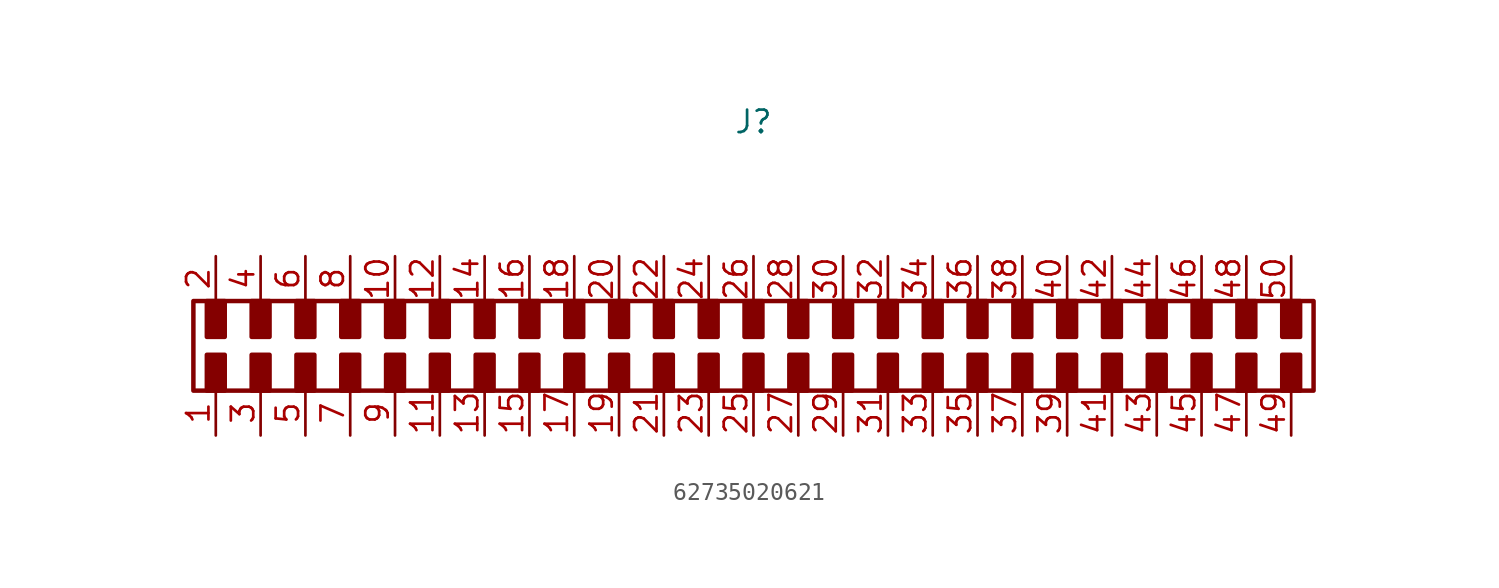
<source format=kicad_sym>
(kicad_symbol_lib
  (version 20241209)
  (generator "kicad_symbol_editor")
  (generator_version "9.0")
  (symbol "62735020621"
    (pin_names
      (hide yes))
    (property "Reference" "J"
      (at 0 12.7 0)
      (effects (font (size 1.27 1.27))))
    (symbol "62735020621_1_1"
      (rectangle (start -31.75 2.54) (end 31.75 -2.54) (stroke (width 0.254) (type solid)) (fill (type none)))
      (rectangle (start -30.988 2.54) (end -29.972 0.508) (stroke (width 0.254) (type solid)) (fill (type outline)))
      (rectangle (start -30.988 -0.508) (end -29.972 -2.54) (stroke (width 0.254) (type solid)) (fill (type outline)))
      (rectangle (start -28.448 2.54) (end -27.432 0.508) (stroke (width 0.254) (type solid)) (fill (type outline)))
      (rectangle (start -28.448 -0.508) (end -27.432 -2.54) (stroke (width 0.254) (type solid)) (fill (type outline)))
      (rectangle (start -25.908 2.54) (end -24.892 0.508) (stroke (width 0.254) (type solid)) (fill (type outline)))
      (rectangle (start -25.908 -0.508) (end -24.892 -2.54) (stroke (width 0.254) (type solid)) (fill (type outline)))
      (rectangle (start -23.368 2.54) (end -22.352 0.508) (stroke (width 0.254) (type solid)) (fill (type outline)))
      (rectangle (start -23.368 -0.508) (end -22.352 -2.54) (stroke (width 0.254) (type solid)) (fill (type outline)))
      (rectangle (start -20.828 2.54) (end -19.812 0.508) (stroke (width 0.254) (type solid)) (fill (type outline)))
      (rectangle (start -20.828 -0.508) (end -19.812 -2.54) (stroke (width 0.254) (type solid)) (fill (type outline)))
      (rectangle (start -18.288 2.54) (end -17.272 0.508) (stroke (width 0.254) (type solid)) (fill (type outline)))
      (rectangle (start -18.288 -0.508) (end -17.272 -2.54) (stroke (width 0.254) (type solid)) (fill (type outline)))
      (rectangle (start -15.748 2.54) (end -14.732 0.508) (stroke (width 0.254) (type solid)) (fill (type outline)))
      (rectangle (start -15.748 -0.508) (end -14.732 -2.54) (stroke (width 0.254) (type solid)) (fill (type outline)))
      (rectangle (start -13.208 2.54) (end -12.192 0.508) (stroke (width 0.254) (type solid)) (fill (type outline)))
      (rectangle (start -13.208 -0.508) (end -12.192 -2.54) (stroke (width 0.254) (type solid)) (fill (type outline)))
      (rectangle (start -10.668 2.54) (end -9.652 0.508) (stroke (width 0.254) (type solid)) (fill (type outline)))
      (rectangle (start -10.668 -0.508) (end -9.652 -2.54) (stroke (width 0.254) (type solid)) (fill (type outline)))
      (rectangle (start -8.128 2.54) (end -7.112 0.508) (stroke (width 0.254) (type solid)) (fill (type outline)))
      (rectangle (start -8.128 -0.508) (end -7.112 -2.54) (stroke (width 0.254) (type solid)) (fill (type outline)))
      (rectangle (start -5.588 2.54) (end -4.572 0.508) (stroke (width 0.254) (type solid)) (fill (type outline)))
      (rectangle (start -5.588 -0.508) (end -4.572 -2.54) (stroke (width 0.254) (type solid)) (fill (type outline)))
      (rectangle (start -3.048 2.54) (end -2.032 0.508) (stroke (width 0.254) (type solid)) (fill (type outline)))
      (rectangle (start -3.048 -0.508) (end -2.032 -2.54) (stroke (width 0.254) (type solid)) (fill (type outline)))
      (rectangle (start -0.508 2.54) (end 0.508 0.508) (stroke (width 0.254) (type solid)) (fill (type outline)))
      (rectangle (start -0.508 -0.508) (end 0.508 -2.54) (stroke (width 0.254) (type solid)) (fill (type outline)))
      (rectangle (start 2.032 2.54) (end 3.048 0.508) (stroke (width 0.254) (type solid)) (fill (type outline)))
      (rectangle (start 2.032 -0.508) (end 3.048 -2.54) (stroke (width 0.254) (type solid)) (fill (type outline)))
      (rectangle (start 4.572 2.54) (end 5.588 0.508) (stroke (width 0.254) (type solid)) (fill (type outline)))
      (rectangle (start 4.572 -0.508) (end 5.588 -2.54) (stroke (width 0.254) (type solid)) (fill (type outline)))
      (rectangle (start 7.112 2.54) (end 8.128 0.508) (stroke (width 0.254) (type solid)) (fill (type outline)))
      (rectangle (start 7.112 -0.508) (end 8.128 -2.54) (stroke (width 0.254) (type solid)) (fill (type outline)))
      (rectangle (start 9.652 2.54) (end 10.668 0.508) (stroke (width 0.254) (type solid)) (fill (type outline)))
      (rectangle (start 9.652 -0.508) (end 10.668 -2.54) (stroke (width 0.254) (type solid)) (fill (type outline)))
      (rectangle (start 12.192 2.54) (end 13.208 0.508) (stroke (width 0.254) (type solid)) (fill (type outline)))
      (rectangle (start 12.192 -0.508) (end 13.208 -2.54) (stroke (width 0.254) (type solid)) (fill (type outline)))
      (rectangle (start 14.732 2.54) (end 15.748 0.508) (stroke (width 0.254) (type solid)) (fill (type outline)))
      (rectangle (start 14.732 -0.508) (end 15.748 -2.54) (stroke (width 0.254) (type solid)) (fill (type outline)))
      (rectangle (start 17.272 2.54) (end 18.288 0.508) (stroke (width 0.254) (type solid)) (fill (type outline)))
      (rectangle (start 17.272 -0.508) (end 18.288 -2.54) (stroke (width 0.254) (type solid)) (fill (type outline)))
      (rectangle (start 19.812 2.54) (end 20.828 0.508) (stroke (width 0.254) (type solid)) (fill (type outline)))
      (rectangle (start 19.812 -0.508) (end 20.828 -2.54) (stroke (width 0.254) (type solid)) (fill (type outline)))
      (rectangle (start 22.352 2.54) (end 23.368 0.508) (stroke (width 0.254) (type solid)) (fill (type outline)))
      (rectangle (start 22.352 -0.508) (end 23.368 -2.54) (stroke (width 0.254) (type solid)) (fill (type outline)))
      (rectangle (start 24.892 2.54) (end 25.908 0.508) (stroke (width 0.254) (type solid)) (fill (type outline)))
      (rectangle (start 24.892 -0.508) (end 25.908 -2.54) (stroke (width 0.254) (type solid)) (fill (type outline)))
      (rectangle (start 27.432 2.54) (end 28.448 0.508) (stroke (width 0.254) (type solid)) (fill (type outline)))
      (rectangle (start 27.432 -0.508) (end 28.448 -2.54) (stroke (width 0.254) (type solid)) (fill (type outline)))
      (rectangle (start 29.972 2.54) (end 30.988 0.508) (stroke (width 0.254) (type solid)) (fill (type outline)))
      (rectangle (start 29.972 -0.508) (end 30.988 -2.54) (stroke (width 0.254) (type solid)) (fill (type outline)))
      (pin passive line (at -30.48 5.08 270) (length 2.54) (name "2" (effects (font (size 1.27 1.27)))) (number "2" (effects (font (size 1.27 1.27)))))
      (pin passive line (at -30.48 -5.08 90) (length 2.54) (name "1" (effects (font (size 1.27 1.27)))) (number "1" (effects (font (size 1.27 1.27)))))
      (pin passive line (at -27.94 5.08 270) (length 2.54) (name "4" (effects (font (size 1.27 1.27)))) (number "4" (effects (font (size 1.27 1.27)))))
      (pin passive line (at -27.94 -5.08 90) (length 2.54) (name "3" (effects (font (size 1.27 1.27)))) (number "3" (effects (font (size 1.27 1.27)))))
      (pin passive line (at -25.4 5.08 270) (length 2.54) (name "6" (effects (font (size 1.27 1.27)))) (number "6" (effects (font (size 1.27 1.27)))))
      (pin passive line (at -25.4 -5.08 90) (length 2.54) (name "5" (effects (font (size 1.27 1.27)))) (number "5" (effects (font (size 1.27 1.27)))))
      (pin passive line (at -22.86 5.08 270) (length 2.54) (name "8" (effects (font (size 1.27 1.27)))) (number "8" (effects (font (size 1.27 1.27)))))
      (pin passive line (at -22.86 -5.08 90) (length 2.54) (name "7" (effects (font (size 1.27 1.27)))) (number "7" (effects (font (size 1.27 1.27)))))
      (pin passive line (at -20.32 5.08 270) (length 2.54) (name "10" (effects (font (size 1.27 1.27)))) (number "10" (effects (font (size 1.27 1.27)))))
      (pin passive line (at -20.32 -5.08 90) (length 2.54) (name "9" (effects (font (size 1.27 1.27)))) (number "9" (effects (font (size 1.27 1.27)))))
      (pin passive line (at -17.78 5.08 270) (length 2.54) (name "12" (effects (font (size 1.27 1.27)))) (number "12" (effects (font (size 1.27 1.27)))))
      (pin passive line (at -17.78 -5.08 90) (length 2.54) (name "11" (effects (font (size 1.27 1.27)))) (number "11" (effects (font (size 1.27 1.27)))))
      (pin passive line (at -15.24 5.08 270) (length 2.54) (name "14" (effects (font (size 1.27 1.27)))) (number "14" (effects (font (size 1.27 1.27)))))
      (pin passive line (at -15.24 -5.08 90) (length 2.54) (name "13" (effects (font (size 1.27 1.27)))) (number "13" (effects (font (size 1.27 1.27)))))
      (pin passive line (at -12.7 5.08 270) (length 2.54) (name "16" (effects (font (size 1.27 1.27)))) (number "16" (effects (font (size 1.27 1.27)))))
      (pin passive line (at -12.7 -5.08 90) (length 2.54) (name "15" (effects (font (size 1.27 1.27)))) (number "15" (effects (font (size 1.27 1.27)))))
      (pin passive line (at -10.16 5.08 270) (length 2.54) (name "18" (effects (font (size 1.27 1.27)))) (number "18" (effects (font (size 1.27 1.27)))))
      (pin passive line (at -10.16 -5.08 90) (length 2.54) (name "17" (effects (font (size 1.27 1.27)))) (number "17" (effects (font (size 1.27 1.27)))))
      (pin passive line (at -7.62 5.08 270) (length 2.54) (name "20" (effects (font (size 1.27 1.27)))) (number "20" (effects (font (size 1.27 1.27)))))
      (pin passive line (at -7.62 -5.08 90) (length 2.54) (name "19" (effects (font (size 1.27 1.27)))) (number "19" (effects (font (size 1.27 1.27)))))
      (pin passive line (at -5.08 5.08 270) (length 2.54) (name "22" (effects (font (size 1.27 1.27)))) (number "22" (effects (font (size 1.27 1.27)))))
      (pin passive line (at -5.08 -5.08 90) (length 2.54) (name "21" (effects (font (size 1.27 1.27)))) (number "21" (effects (font (size 1.27 1.27)))))
      (pin passive line (at -2.54 5.08 270) (length 2.54) (name "24" (effects (font (size 1.27 1.27)))) (number "24" (effects (font (size 1.27 1.27)))))
      (pin passive line (at -2.54 -5.08 90) (length 2.54) (name "23" (effects (font (size 1.27 1.27)))) (number "23" (effects (font (size 1.27 1.27)))))
      (pin passive line (at 0 5.08 270) (length 2.54) (name "26" (effects (font (size 1.27 1.27)))) (number "26" (effects (font (size 1.27 1.27)))))
      (pin passive line (at 0 -5.08 90) (length 2.54) (name "25" (effects (font (size 1.27 1.27)))) (number "25" (effects (font (size 1.27 1.27)))))
      (pin passive line (at 2.54 5.08 270) (length 2.54) (name "28" (effects (font (size 1.27 1.27)))) (number "28" (effects (font (size 1.27 1.27)))))
      (pin passive line (at 2.54 -5.08 90) (length 2.54) (name "27" (effects (font (size 1.27 1.27)))) (number "27" (effects (font (size 1.27 1.27)))))
      (pin passive line (at 5.08 5.08 270) (length 2.54) (name "30" (effects (font (size 1.27 1.27)))) (number "30" (effects (font (size 1.27 1.27)))))
      (pin passive line (at 5.08 -5.08 90) (length 2.54) (name "29" (effects (font (size 1.27 1.27)))) (number "29" (effects (font (size 1.27 1.27)))))
      (pin passive line (at 7.62 5.08 270) (length 2.54) (name "32" (effects (font (size 1.27 1.27)))) (number "32" (effects (font (size 1.27 1.27)))))
      (pin passive line (at 7.62 -5.08 90) (length 2.54) (name "31" (effects (font (size 1.27 1.27)))) (number "31" (effects (font (size 1.27 1.27)))))
      (pin passive line (at 10.16 5.08 270) (length 2.54) (name "34" (effects (font (size 1.27 1.27)))) (number "34" (effects (font (size 1.27 1.27)))))
      (pin passive line (at 10.16 -5.08 90) (length 2.54) (name "33" (effects (font (size 1.27 1.27)))) (number "33" (effects (font (size 1.27 1.27)))))
      (pin passive line (at 12.7 5.08 270) (length 2.54) (name "36" (effects (font (size 1.27 1.27)))) (number "36" (effects (font (size 1.27 1.27)))))
      (pin passive line (at 12.7 -5.08 90) (length 2.54) (name "35" (effects (font (size 1.27 1.27)))) (number "35" (effects (font (size 1.27 1.27)))))
      (pin passive line (at 15.24 5.08 270) (length 2.54) (name "38" (effects (font (size 1.27 1.27)))) (number "38" (effects (font (size 1.27 1.27)))))
      (pin passive line (at 15.24 -5.08 90) (length 2.54) (name "37" (effects (font (size 1.27 1.27)))) (number "37" (effects (font (size 1.27 1.27)))))
      (pin passive line (at 17.78 5.08 270) (length 2.54) (name "40" (effects (font (size 1.27 1.27)))) (number "40" (effects (font (size 1.27 1.27)))))
      (pin passive line (at 17.78 -5.08 90) (length 2.54) (name "39" (effects (font (size 1.27 1.27)))) (number "39" (effects (font (size 1.27 1.27)))))
      (pin passive line (at 20.32 5.08 270) (length 2.54) (name "42" (effects (font (size 1.27 1.27)))) (number "42" (effects (font (size 1.27 1.27)))))
      (pin passive line (at 20.32 -5.08 90) (length 2.54) (name "41" (effects (font (size 1.27 1.27)))) (number "41" (effects (font (size 1.27 1.27)))))
      (pin passive line (at 22.86 5.08 270) (length 2.54) (name "44" (effects (font (size 1.27 1.27)))) (number "44" (effects (font (size 1.27 1.27)))))
      (pin passive line (at 22.86 -5.08 90) (length 2.54) (name "43" (effects (font (size 1.27 1.27)))) (number "43" (effects (font (size 1.27 1.27)))))
      (pin passive line (at 25.4 5.08 270) (length 2.54) (name "46" (effects (font (size 1.27 1.27)))) (number "46" (effects (font (size 1.27 1.27)))))
      (pin passive line (at 25.4 -5.08 90) (length 2.54) (name "45" (effects (font (size 1.27 1.27)))) (number "45" (effects (font (size 1.27 1.27)))))
      (pin passive line (at 27.94 5.08 270) (length 2.54) (name "48" (effects (font (size 1.27 1.27)))) (number "48" (effects (font (size 1.27 1.27)))))
      (pin passive line (at 27.94 -5.08 90) (length 2.54) (name "47" (effects (font (size 1.27 1.27)))) (number "47" (effects (font (size 1.27 1.27)))))
      (pin passive line (at 30.48 5.08 270) (length 2.54) (name "50" (effects (font (size 1.27 1.27)))) (number "50" (effects (font (size 1.27 1.27)))))
      (pin passive line (at 30.48 -5.08 90) (length 2.54) (name "49" (effects (font (size 1.27 1.27)))) (number "49" (effects (font (size 1.27 1.27))))))))
</source>
